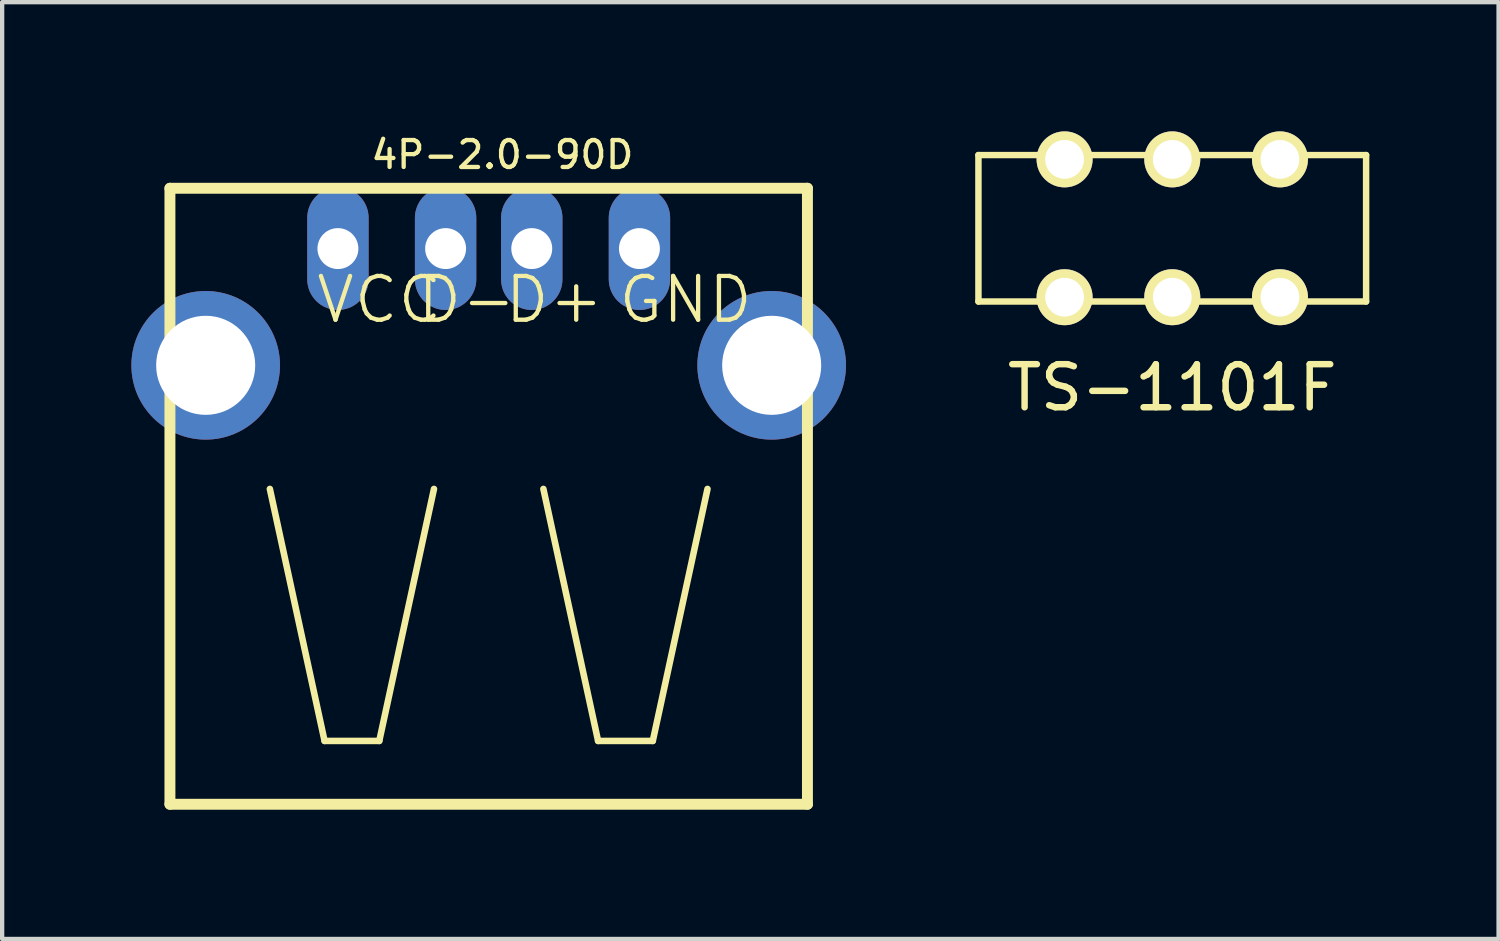
<source format=kicad_pcb>
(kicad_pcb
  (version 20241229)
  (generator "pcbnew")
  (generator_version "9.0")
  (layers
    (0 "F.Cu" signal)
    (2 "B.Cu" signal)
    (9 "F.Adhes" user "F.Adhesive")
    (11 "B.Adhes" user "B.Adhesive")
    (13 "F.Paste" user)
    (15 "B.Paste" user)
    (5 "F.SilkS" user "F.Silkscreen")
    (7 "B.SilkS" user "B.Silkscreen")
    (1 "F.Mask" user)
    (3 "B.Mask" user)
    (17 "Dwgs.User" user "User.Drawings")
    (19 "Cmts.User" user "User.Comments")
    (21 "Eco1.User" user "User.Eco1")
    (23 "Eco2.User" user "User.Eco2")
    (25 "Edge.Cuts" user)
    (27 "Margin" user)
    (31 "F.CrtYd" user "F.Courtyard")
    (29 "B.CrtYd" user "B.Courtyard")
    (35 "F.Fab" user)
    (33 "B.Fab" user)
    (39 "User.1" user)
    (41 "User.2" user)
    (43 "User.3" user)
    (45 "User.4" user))
  (footprint "4P-2.0-90D"
    (layer "F.Cu")
    (at 8.295 5.431)
    (property "Reference" "4P-2.0-90D" (at 0.318 -4.889 0) (layer "F.SilkS") (effects (font (size 0.625 0.625) (thickness 0.1))))
    (attr through_hole)
    (fp_line (start -7.4 -4.11) (end -7.4 10.19) (stroke (width 0.254) (type solid)) (layer "F.SilkS"))
    (fp_line (start -7.4 10.19) (end 7.4 10.19) (stroke (width 0.254) (type solid)) (layer "F.SilkS"))
    (fp_line (start -5.08 2.87) (end -3.81 8.72) (stroke (width 0.152) (type solid)) (layer "F.SilkS"))
    (fp_line (start -3.81 8.72) (end -2.54 8.72) (stroke (width 0.152) (type solid)) (layer "F.SilkS"))
    (fp_line (start -2.54 8.72) (end -1.27 2.87) (stroke (width 0.152) (type solid)) (layer "F.SilkS"))
    (fp_line (start 1.27 2.87) (end 2.54 8.72) (stroke (width 0.152) (type solid)) (layer "F.SilkS"))
    (fp_line (start 2.54 8.72) (end 3.81 8.72) (stroke (width 0.152) (type solid)) (layer "F.SilkS"))
    (fp_line (start 3.81 8.72) (end 5.08 2.87) (stroke (width 0.152) (type solid)) (layer "F.SilkS"))
    (fp_line (start 7.4 -4.11) (end -7.4 -4.11) (stroke (width 0.254) (type solid)) (layer "F.SilkS"))
    (fp_line (start 7.4 10.19) (end 7.4 -4.11) (stroke (width 0.254) (type solid)) (layer "F.SilkS"))
    (fp_text user "VCC" (at -2.54 -1.524 0) (layer "F.SilkS") (effects (font (size 1.016 1.016) (thickness 0.1))))
    (fp_text user "D-" (at -0.508 -1.524 0) (layer "F.SilkS") (effects (font (size 1.016 1.016) (thickness 0.1))))
    (fp_text user "GND" (at 4.572 -1.524 0) (layer "F.SilkS") (effects (font (size 1.016 1.016) (thickness 0.1))))
    (fp_text user "D+" (at 1.524 -1.524 0) (layer "F.SilkS") (effects (font (size 1.016 1.016) (thickness 0.1))))
    (pad "1" thru_hole oval (at -3.5 -2.71 90) (size 2.85 1.425) (drill 0.95) (layers "*.Cu" "*.Mask"))
    (pad "2" thru_hole oval (at -1 -2.71 90) (size 2.85 1.425) (drill 0.95) (layers "*.Cu" "*.Mask"))
    (pad "3" thru_hole oval (at 1 -2.71 90) (size 2.85 1.425) (drill 0.95) (layers "*.Cu" "*.Mask"))
    (pad "4" thru_hole oval (at 3.5 -2.71 90) (size 2.85 1.425) (drill 0.95) (layers "*.Cu" "*.Mask"))
    (pad "SG1" thru_hole circle (at -6.57 0) (size 3.45 3.45) (drill 2.3) (layers "*.Cu" "*.Mask"))
    (pad "SG2" thru_hole circle (at 6.57 0) (size 3.45 3.45) (drill 2.3) (layers "*.Cu" "*.Mask")))
  (footprint "TS-1101F"
    (layer "F.Cu")
    (at 24.165 2.25)
    (property "Reference" "TS-1101F" (at 0 3.7 0) (layer "F.SilkS") (effects (font (size 1 1) (thickness 0.15))))
    (attr through_hole)
    (fp_line (start -4.5 -1.7) (end 4.5 -1.7) (stroke (width 0.15) (type solid)) (layer "F.SilkS"))
    (fp_line (start -4.5 1.7) (end -4.5 -1.7) (stroke (width 0.15) (type solid)) (layer "F.SilkS"))
    (fp_line (start 4.5 -1.7) (end 4.5 1.7) (stroke (width 0.15) (type solid)) (layer "F.SilkS"))
    (fp_line (start 4.5 1.7) (end -4.5 1.7) (stroke (width 0.15) (type solid)) (layer "F.SilkS"))
    (pad "1" thru_hole circle (at -2.5 -1.6) (size 1.3 1.3) (drill 0.9) (layers "*.Cu" "*.Mask" "F.SilkS"))
    (pad "1" thru_hole circle (at -2.5 1.6) (size 1.3 1.3) (drill 0.9) (layers "*.Cu" "*.Mask" "F.SilkS"))
    (pad "2" thru_hole circle (at 0 -1.6) (size 1.3 1.3) (drill 0.9) (layers "*.Cu" "*.Mask" "F.SilkS"))
    (pad "2" thru_hole circle (at 0 1.6) (size 1.3 1.3) (drill 0.9) (layers "*.Cu" "*.Mask" "F.SilkS"))
    (pad "3" thru_hole circle (at 2.5 -1.6) (size 1.3 1.3) (drill 0.9) (layers "*.Cu" "*.Mask" "F.SilkS"))
    (pad "3" thru_hole circle (at 2.5 1.6) (size 1.3 1.3) (drill 0.9) (layers "*.Cu" "*.Mask" "F.SilkS")))
  (gr_rect
    (start -3 -3)
    (end 31.74 18.748)
    (stroke (width 0.1) (type default))
    (fill no)
    (layer "Edge.Cuts")))
</source>
